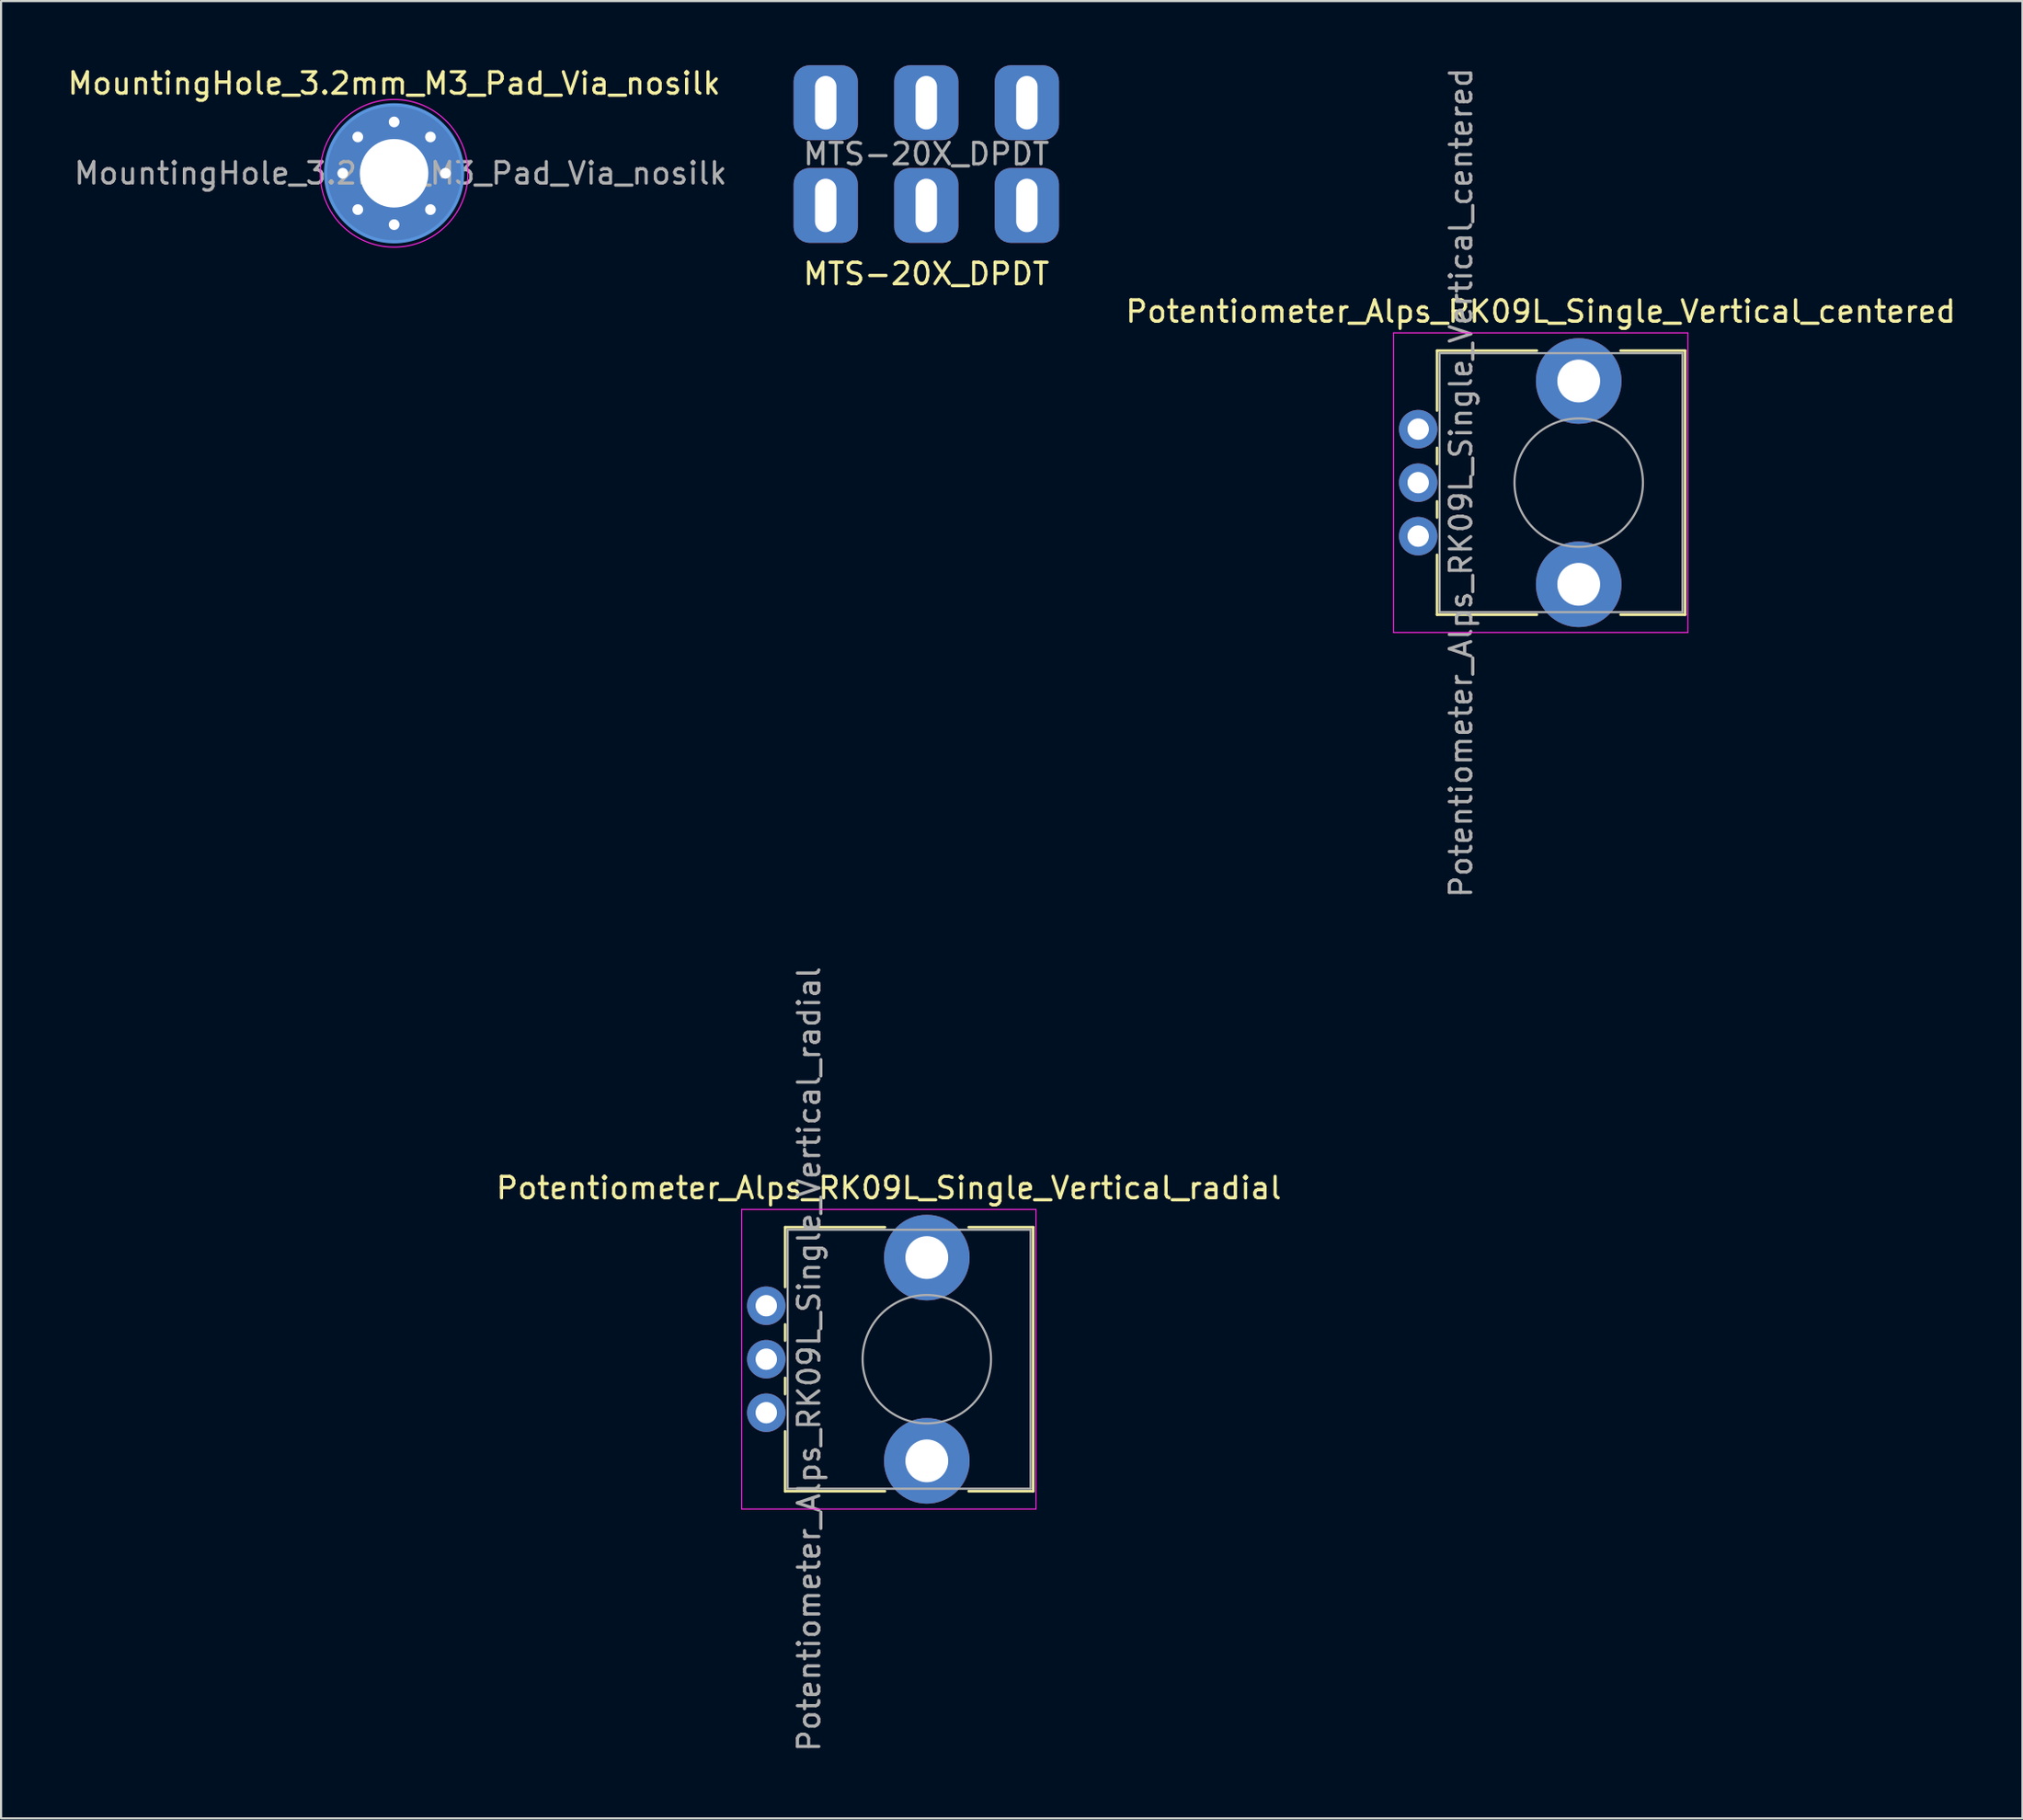
<source format=kicad_pcb>
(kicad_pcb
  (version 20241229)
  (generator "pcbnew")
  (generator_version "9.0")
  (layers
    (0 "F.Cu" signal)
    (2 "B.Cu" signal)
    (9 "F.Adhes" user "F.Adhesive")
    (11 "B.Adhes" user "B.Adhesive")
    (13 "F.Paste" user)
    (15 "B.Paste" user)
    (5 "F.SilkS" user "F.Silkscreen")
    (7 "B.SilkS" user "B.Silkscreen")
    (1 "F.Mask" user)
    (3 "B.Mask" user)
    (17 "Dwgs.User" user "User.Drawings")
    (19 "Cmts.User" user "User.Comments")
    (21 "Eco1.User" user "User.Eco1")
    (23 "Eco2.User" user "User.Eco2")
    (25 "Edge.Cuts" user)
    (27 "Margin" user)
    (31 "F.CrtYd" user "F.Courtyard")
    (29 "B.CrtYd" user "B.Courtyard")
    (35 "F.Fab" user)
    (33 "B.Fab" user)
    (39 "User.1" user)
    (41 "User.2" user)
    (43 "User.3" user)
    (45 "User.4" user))
  (footprint "Potentiometer_Alps_RK09L_Single_Vertical_centered"
    (layer "F.Cu")
    (at 70.707 19.506)
    (property "Reference" "Potentiometer_Alps_RK09L_Single_Vertical_centered" (at -1.775 -8 180) (layer "F.SilkS") (effects (font (size 1 1) (thickness 0.15))))
    (attr through_hole)
    (fp_line (start -6.62 -6.17) (end -6.62 -3.371) (stroke (width 0.12) (type solid)) (layer "F.SilkS"))
    (fp_line (start -6.62 -6.17) (end -1.954 -6.17) (stroke (width 0.12) (type solid)) (layer "F.SilkS"))
    (fp_line (start -6.62 -1.629) (end -6.62 -0.87) (stroke (width 0.12) (type solid)) (layer "F.SilkS"))
    (fp_line (start -6.62 0.871) (end -6.62 1.63) (stroke (width 0.12) (type solid)) (layer "F.SilkS"))
    (fp_line (start -6.62 3.37) (end -6.62 6.17) (stroke (width 0.12) (type solid)) (layer "F.SilkS"))
    (fp_line (start -6.62 6.17) (end -1.954 6.17) (stroke (width 0.12) (type solid)) (layer "F.SilkS"))
    (fp_line (start 1.955 -6.17) (end 4.97 -6.17) (stroke (width 0.12) (type solid)) (layer "F.SilkS"))
    (fp_line (start 1.955 6.17) (end 4.97 6.17) (stroke (width 0.12) (type solid)) (layer "F.SilkS"))
    (fp_line (start 4.97 -6.17) (end 4.97 6.17) (stroke (width 0.12) (type solid)) (layer "F.SilkS"))
    (fp_line (start -8.65 -7) (end -8.65 7) (stroke (width 0.05) (type solid)) (layer "F.CrtYd"))
    (fp_line (start -8.65 7) (end 5.1 7) (stroke (width 0.05) (type solid)) (layer "F.CrtYd"))
    (fp_line (start 5.1 -7) (end -8.65 -7) (stroke (width 0.05) (type solid)) (layer "F.CrtYd"))
    (fp_line (start 5.1 7) (end 5.1 -7) (stroke (width 0.05) (type solid)) (layer "F.CrtYd"))
    (fp_line (start -6.5 -6.05) (end -6.5 6.05) (stroke (width 0.1) (type solid)) (layer "F.Fab"))
    (fp_line (start -6.5 6.05) (end 4.85 6.05) (stroke (width 0.1) (type solid)) (layer "F.Fab"))
    (fp_line (start 4.85 -6.05) (end -6.5 -6.05) (stroke (width 0.1) (type solid)) (layer "F.Fab"))
    (fp_line (start 4.85 6.05) (end 4.85 -6.05) (stroke (width 0.1) (type solid)) (layer "F.Fab"))
    (fp_circle (center 0 0) (end 3 0) (stroke (width 0.1) (type solid)) (fill no) (layer "F.Fab"))
    (fp_text user "${REFERENCE}" (at -5.5 0 90) (layer "F.Fab") (effects (font (size 1 1) (thickness 0.15))))
    (pad "" np_thru_hole circle (at 0 -4.75) (size 4 4) (drill 2) (layers "*.Cu" "*.Mask"))
    (pad "" np_thru_hole circle (at 0 4.75) (size 4 4) (drill 2) (layers "*.Cu" "*.Mask"))
    (pad "1" thru_hole circle (at -7.5 2.5) (size 1.8 1.8) (drill 1) (layers "*.Cu" "*.Mask"))
    (pad "2" thru_hole circle (at -7.5 0) (size 1.8 1.8) (drill 1) (layers "*.Cu" "*.Mask"))
    (pad "3" thru_hole circle (at -7.5 -2.5) (size 1.8 1.8) (drill 1) (layers "*.Cu" "*.Mask")))
  (footprint "MTS-20X_DPDT"
    (layer "F.Cu")
    (at 40.226 4.15)
    (property "Reference" "MTS-20X_DPDT" (at 0 5.6 0) (layer "F.SilkS") (effects (font (size 1 1) (thickness 0.15))))
    (attr through_hole)
    (fp_text user "${REFERENCE}" (at 0 0 0) (layer "F.Fab") (effects (font (size 1 1) (thickness 0.15))))
    (pad "1" thru_hole roundrect (at -4.7 -2.4) (size 3 3.5) (drill oval 1 2.5) (layers "*.Cu" "*.Mask") (roundrect_rratio 0.25))
    (pad "2" thru_hole roundrect (at 0 -2.4) (size 3 3.5) (drill oval 1 2.5) (layers "*.Cu" "*.Mask") (roundrect_rratio 0.25))
    (pad "3" thru_hole roundrect (at 4.7 -2.4) (size 3 3.5) (drill oval 1 2.5) (layers "*.Cu" "*.Mask") (roundrect_rratio 0.25))
    (pad "4" thru_hole roundrect (at -4.7 2.4) (size 3 3.5) (drill oval 1 2.5) (layers "*.Cu" "*.Mask") (roundrect_rratio 0.25))
    (pad "5" thru_hole roundrect (at 0 2.4) (size 3 3.5) (drill oval 1 2.5) (layers "*.Cu" "*.Mask") (roundrect_rratio 0.25))
    (pad "6" thru_hole roundrect (at 4.7 2.4) (size 3 3.5) (drill oval 1 2.5) (layers "*.Cu" "*.Mask") (roundrect_rratio 0.25)))
  (footprint "MountingHole_3.2mm_M3_Pad_Via_nosilk"
    (layer "F.Cu")
    (at 15.363 5.048)
    (property "Reference" "MountingHole_3.2mm_M3_Pad_Via_nosilk" (at 0 -4.2 0) (layer "F.SilkS") (effects (font (size 1 1) (thickness 0.15))))
    (attr exclude_from_pos_files exclude_from_bom)
    (fp_circle (center 0 0) (end 3.2 0) (stroke (width 0.15) (type solid)) (fill no) (layer "Cmts.User"))
    (fp_circle (center 0 0) (end 3.45 0) (stroke (width 0.05) (type solid)) (fill no) (layer "F.CrtYd"))
    (fp_text user "${REFERENCE}" (at 0.3 0 0) (layer "F.Fab") (effects (font (size 1 1) (thickness 0.15))))
    (pad "1" thru_hole circle (at -2.4 0) (size 0.8 0.8) (drill 0.5) (layers "*.Cu" "*.Mask"))
    (pad "1" thru_hole circle (at -1.697 -1.697) (size 0.8 0.8) (drill 0.5) (layers "*.Cu" "*.Mask"))
    (pad "1" thru_hole circle (at -1.697 1.697) (size 0.8 0.8) (drill 0.5) (layers "*.Cu" "*.Mask"))
    (pad "1" thru_hole circle (at 0 -2.4) (size 0.8 0.8) (drill 0.5) (layers "*.Cu" "*.Mask"))
    (pad "1" thru_hole circle (at 0 0) (size 6.4 6.4) (drill 3.2) (layers "*.Cu" "*.Mask"))
    (pad "1" thru_hole circle (at 0 2.4) (size 0.8 0.8) (drill 0.5) (layers "*.Cu" "*.Mask"))
    (pad "1" thru_hole circle (at 1.697 -1.697) (size 0.8 0.8) (drill 0.5) (layers "*.Cu" "*.Mask"))
    (pad "1" thru_hole circle (at 1.697 1.697) (size 0.8 0.8) (drill 0.5) (layers "*.Cu" "*.Mask"))
    (pad "1" thru_hole circle (at 2.4 0) (size 0.8 0.8) (drill 0.5) (layers "*.Cu" "*.Mask")))
  (footprint "Potentiometer_Alps_RK09L_Single_Vertical_radial"
    (layer "F.Cu")
    (at 0.25 60.47)
    (property "Reference" "Potentiometer_Alps_RK09L_Single_Vertical_radial" (at 38.225 -8 180) (layer "F.SilkS") (effects (font (size 1 1) (thickness 0.15))))
    (attr through_hole)
    (fp_line (start 33.38 -6.17) (end 33.38 -3.371) (stroke (width 0.12) (type solid)) (layer "F.SilkS"))
    (fp_line (start 33.38 -6.17) (end 38.046 -6.17) (stroke (width 0.12) (type solid)) (layer "F.SilkS"))
    (fp_line (start 33.38 -1.629) (end 33.38 -0.87) (stroke (width 0.12) (type solid)) (layer "F.SilkS"))
    (fp_line (start 33.38 0.871) (end 33.38 1.63) (stroke (width 0.12) (type solid)) (layer "F.SilkS"))
    (fp_line (start 33.38 3.37) (end 33.38 6.17) (stroke (width 0.12) (type solid)) (layer "F.SilkS"))
    (fp_line (start 33.38 6.17) (end 38.046 6.17) (stroke (width 0.12) (type solid)) (layer "F.SilkS"))
    (fp_line (start 41.955 -6.17) (end 44.97 -6.17) (stroke (width 0.12) (type solid)) (layer "F.SilkS"))
    (fp_line (start 41.955 6.17) (end 44.97 6.17) (stroke (width 0.12) (type solid)) (layer "F.SilkS"))
    (fp_line (start 44.97 -6.17) (end 44.97 6.17) (stroke (width 0.12) (type solid)) (layer "F.SilkS"))
    (fp_line (start 31.35 -7) (end 31.35 7) (stroke (width 0.05) (type solid)) (layer "F.CrtYd"))
    (fp_line (start 31.35 7) (end 45.1 7) (stroke (width 0.05) (type solid)) (layer "F.CrtYd"))
    (fp_line (start 45.1 -7) (end 31.35 -7) (stroke (width 0.05) (type solid)) (layer "F.CrtYd"))
    (fp_line (start 45.1 7) (end 45.1 -7) (stroke (width 0.05) (type solid)) (layer "F.CrtYd"))
    (fp_line (start 33.5 -6.05) (end 33.5 6.05) (stroke (width 0.1) (type solid)) (layer "F.Fab"))
    (fp_line (start 33.5 6.05) (end 44.85 6.05) (stroke (width 0.1) (type solid)) (layer "F.Fab"))
    (fp_line (start 44.85 -6.05) (end 33.5 -6.05) (stroke (width 0.1) (type solid)) (layer "F.Fab"))
    (fp_line (start 44.85 6.05) (end 44.85 -6.05) (stroke (width 0.1) (type solid)) (layer "F.Fab"))
    (fp_circle (center 40 0) (end 43 0) (stroke (width 0.1) (type solid)) (fill no) (layer "F.Fab"))
    (fp_text user "${REFERENCE}" (at 34.5 0 90) (layer "F.Fab") (effects (font (size 1 1) (thickness 0.15))))
    (pad "" np_thru_hole circle (at 40 -4.75) (size 4 4) (drill 2) (layers "*.Cu" "*.Mask"))
    (pad "" np_thru_hole circle (at 40 4.75) (size 4 4) (drill 2) (layers "*.Cu" "*.Mask"))
    (pad "1" thru_hole circle (at 32.5 2.5) (size 1.8 1.8) (drill 1) (layers "*.Cu" "*.Mask"))
    (pad "2" thru_hole circle (at 32.5 0) (size 1.8 1.8) (drill 1) (layers "*.Cu" "*.Mask"))
    (pad "3" thru_hole circle (at 32.5 -2.5) (size 1.8 1.8) (drill 1) (layers "*.Cu" "*.Mask")))
  (gr_rect
    (start -3 -3)
    (end 91.438 81.929)
    (stroke (width 0.1) (type default))
    (fill no)
    (layer "Edge.Cuts")))
</source>
